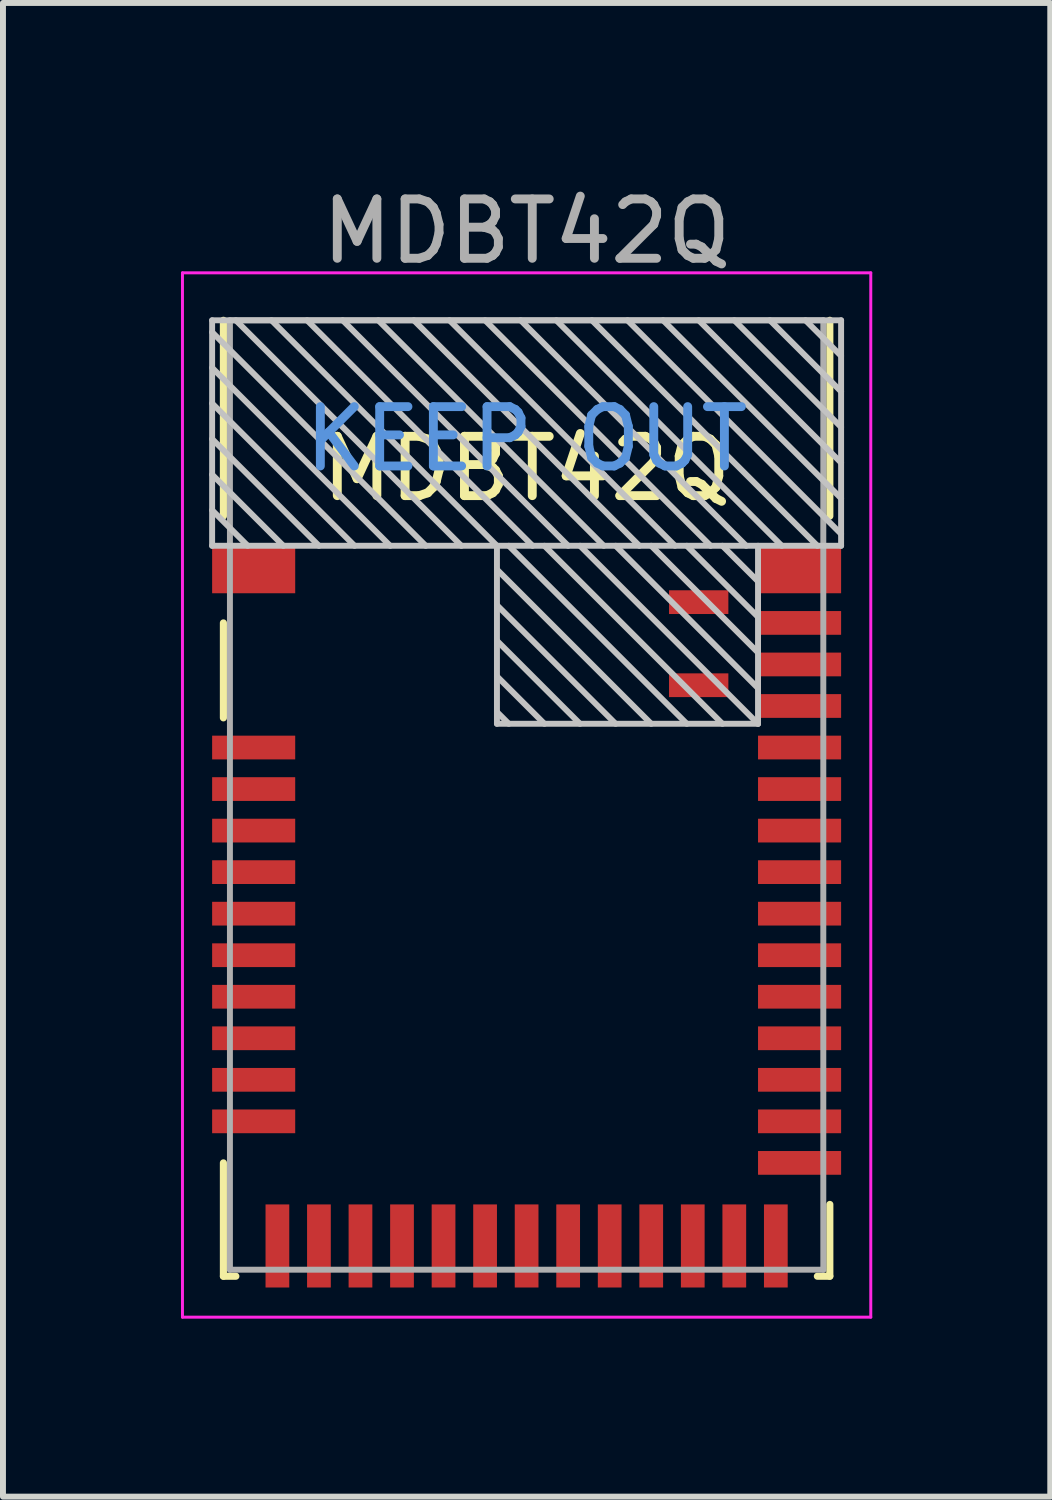
<source format=kicad_pcb>
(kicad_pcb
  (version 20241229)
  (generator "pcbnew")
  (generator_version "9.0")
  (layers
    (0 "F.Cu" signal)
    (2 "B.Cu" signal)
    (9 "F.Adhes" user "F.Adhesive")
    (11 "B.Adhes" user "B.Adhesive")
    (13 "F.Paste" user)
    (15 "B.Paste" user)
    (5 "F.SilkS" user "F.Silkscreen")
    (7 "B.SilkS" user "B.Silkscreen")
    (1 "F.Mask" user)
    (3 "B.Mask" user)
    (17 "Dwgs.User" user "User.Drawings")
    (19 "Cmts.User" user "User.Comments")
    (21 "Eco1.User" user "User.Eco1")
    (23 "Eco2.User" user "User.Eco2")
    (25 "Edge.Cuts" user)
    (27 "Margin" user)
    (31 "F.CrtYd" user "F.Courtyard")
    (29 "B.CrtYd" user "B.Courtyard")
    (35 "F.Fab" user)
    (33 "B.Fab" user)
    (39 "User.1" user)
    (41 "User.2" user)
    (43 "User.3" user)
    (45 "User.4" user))
  (footprint "MDBT42Q"
    (layer "F.Cu")
    (at 5.825 10.348)
    (property "Reference" "MDBT42Q" (at 0 -5.5 0) (layer "F.SilkS") (effects (font (size 1 1) (thickness 0.15))))
    (attr smd)
    (fp_line (start -5.11 -4.7) (end -5.11 -8) (stroke (width 0.12) (type solid)) (layer "F.SilkS"))
    (fp_line (start -5.11 -1.3) (end -5.11 -2.9) (stroke (width 0.12) (type solid)) (layer "F.SilkS"))
    (fp_line (start -5.11 8.11) (end -5.11 6.2) (stroke (width 0.12) (type solid)) (layer "F.SilkS"))
    (fp_line (start -5.11 8.11) (end -4.9 8.11) (stroke (width 0.12) (type solid)) (layer "F.SilkS"))
    (fp_line (start 4.9 8.11) (end 5.11 8.11) (stroke (width 0.12) (type solid)) (layer "F.SilkS"))
    (fp_line (start 5.11 -4.7) (end 5.11 -8) (stroke (width 0.12) (type solid)) (layer "F.SilkS"))
    (fp_line (start 5.11 8.11) (end 5.11 6.9) (stroke (width 0.12) (type solid)) (layer "F.SilkS"))
    (fp_line (start -5.3 -8) (end 5.3 -8) (stroke (width 0.1) (type solid)) (layer "Dwgs.User"))
    (fp_line (start -5.3 -7.8) (end -1.7 -4.2) (stroke (width 0.1) (type solid)) (layer "Dwgs.User"))
    (fp_line (start -5.3 -7.2) (end -2.3 -4.2) (stroke (width 0.1) (type solid)) (layer "Dwgs.User"))
    (fp_line (start -5.3 -6.6) (end -2.9 -4.2) (stroke (width 0.1) (type solid)) (layer "Dwgs.User"))
    (fp_line (start -5.3 -6) (end -3.5 -4.2) (stroke (width 0.1) (type solid)) (layer "Dwgs.User"))
    (fp_line (start -5.3 -5.4) (end -4.1 -4.2) (stroke (width 0.1) (type solid)) (layer "Dwgs.User"))
    (fp_line (start -5.3 -4.8) (end -4.7 -4.2) (stroke (width 0.1) (type solid)) (layer "Dwgs.User"))
    (fp_line (start -5.3 -4.2) (end -5.3 -8) (stroke (width 0.1) (type solid)) (layer "Dwgs.User"))
    (fp_line (start -5.3 -4.2) (end 5.3 -4.2) (stroke (width 0.1) (type solid)) (layer "Dwgs.User"))
    (fp_line (start -4.9 -8) (end -1.1 -4.2) (stroke (width 0.1) (type solid)) (layer "Dwgs.User"))
    (fp_line (start -4.3 -8) (end -0.5 -4.2) (stroke (width 0.1) (type solid)) (layer "Dwgs.User"))
    (fp_line (start -3.7 -8) (end 0.1 -4.2) (stroke (width 0.1) (type solid)) (layer "Dwgs.User"))
    (fp_line (start -3.1 -8) (end 0.7 -4.2) (stroke (width 0.1) (type solid)) (layer "Dwgs.User"))
    (fp_line (start -2.5 -8) (end 1.3 -4.2) (stroke (width 0.1) (type solid)) (layer "Dwgs.User"))
    (fp_line (start -1.9 -8) (end 1.9 -4.2) (stroke (width 0.1) (type solid)) (layer "Dwgs.User"))
    (fp_line (start -1.3 -8) (end 2.5 -4.2) (stroke (width 0.1) (type solid)) (layer "Dwgs.User"))
    (fp_line (start -0.7 -8) (end 3.1 -4.2) (stroke (width 0.1) (type solid)) (layer "Dwgs.User"))
    (fp_line (start -0.5 -4.2) (end -0.5 -1.2) (stroke (width 0.1) (type solid)) (layer "Dwgs.User"))
    (fp_line (start -0.5 -3.8) (end 2.1 -1.2) (stroke (width 0.1) (type solid)) (layer "Dwgs.User"))
    (fp_line (start -0.5 -3.2) (end 1.5 -1.2) (stroke (width 0.1) (type solid)) (layer "Dwgs.User"))
    (fp_line (start -0.5 -2.6) (end 0.9 -1.2) (stroke (width 0.1) (type solid)) (layer "Dwgs.User"))
    (fp_line (start -0.5 -2) (end 0.3 -1.2) (stroke (width 0.1) (type solid)) (layer "Dwgs.User"))
    (fp_line (start -0.5 -1.4) (end -0.3 -1.2) (stroke (width 0.1) (type solid)) (layer "Dwgs.User"))
    (fp_line (start -0.3 -4.2) (end 2.7 -1.2) (stroke (width 0.1) (type solid)) (layer "Dwgs.User"))
    (fp_line (start -0.1 -8) (end 3.7 -4.2) (stroke (width 0.1) (type solid)) (layer "Dwgs.User"))
    (fp_line (start 0.3 -4.2) (end 3.3 -1.2) (stroke (width 0.1) (type solid)) (layer "Dwgs.User"))
    (fp_line (start 0.5 -8) (end 4.3 -4.2) (stroke (width 0.1) (type solid)) (layer "Dwgs.User"))
    (fp_line (start 0.9 -4.2) (end 3.9 -1.2) (stroke (width 0.1) (type solid)) (layer "Dwgs.User"))
    (fp_line (start 1.1 -8) (end 4.9 -4.2) (stroke (width 0.1) (type solid)) (layer "Dwgs.User"))
    (fp_line (start 1.5 -4.2) (end 3.9 -1.8) (stroke (width 0.1) (type solid)) (layer "Dwgs.User"))
    (fp_line (start 1.7 -8) (end 5.3 -4.4) (stroke (width 0.1) (type solid)) (layer "Dwgs.User"))
    (fp_line (start 2.1 -4.2) (end 3.9 -2.4) (stroke (width 0.1) (type solid)) (layer "Dwgs.User"))
    (fp_line (start 2.3 -8) (end 5.3 -5) (stroke (width 0.1) (type solid)) (layer "Dwgs.User"))
    (fp_line (start 2.7 -4.2) (end 3.9 -3) (stroke (width 0.1) (type solid)) (layer "Dwgs.User"))
    (fp_line (start 2.9 -8) (end 5.3 -5.6) (stroke (width 0.1) (type solid)) (layer "Dwgs.User"))
    (fp_line (start 3.3 -4.2) (end 3.9 -3.6) (stroke (width 0.1) (type solid)) (layer "Dwgs.User"))
    (fp_line (start 3.5 -8) (end 5.3 -6.2) (stroke (width 0.1) (type solid)) (layer "Dwgs.User"))
    (fp_line (start 3.9 -4.2) (end 3.9 -1.2) (stroke (width 0.1) (type solid)) (layer "Dwgs.User"))
    (fp_line (start 3.9 -1.2) (end -0.5 -1.2) (stroke (width 0.1) (type solid)) (layer "Dwgs.User"))
    (fp_line (start 4.1 -8) (end 5.3 -6.8) (stroke (width 0.1) (type solid)) (layer "Dwgs.User"))
    (fp_line (start 4.7 -8) (end 5.3 -7.4) (stroke (width 0.1) (type solid)) (layer "Dwgs.User"))
    (fp_line (start 5.3 -4.2) (end 5.3 -8) (stroke (width 0.1) (type solid)) (layer "Dwgs.User"))
    (fp_line (start -5.8 -8.8) (end 5.8 -8.8) (stroke (width 0.05) (type solid)) (layer "F.CrtYd"))
    (fp_line (start -5.8 8.8) (end -5.8 -8.8) (stroke (width 0.05) (type solid)) (layer "F.CrtYd"))
    (fp_line (start 5.8 -8.8) (end 5.8 8.8) (stroke (width 0.05) (type solid)) (layer "F.CrtYd"))
    (fp_line (start 5.8 8.8) (end -5.8 8.8) (stroke (width 0.05) (type solid)) (layer "F.CrtYd"))
    (fp_line (start -5 8) (end -5 -8) (stroke (width 0.1) (type solid)) (layer "F.Fab"))
    (fp_line (start 5 -8) (end -5 -8) (stroke (width 0.1) (type solid)) (layer "F.Fab"))
    (fp_line (start 5 -8) (end 5 8) (stroke (width 0.1) (type solid)) (layer "F.Fab"))
    (fp_line (start 5 8) (end -5 8) (stroke (width 0.1) (type solid)) (layer "F.Fab"))
    (fp_text user "KEEP OUT" (at 0 -6 0) (layer "Cmts.User") (effects (font (size 1 1) (thickness 0.15))))
    (fp_text user "${REFERENCE}" (at 0 -9.5 0) (layer "F.Fab") (effects (font (size 1 1) (thickness 0.15))))
    (pad "1" smd rect (at -4.6 -3.8) (size 1.4 0.8) (layers "F.Cu" "F.Mask" "F.Paste"))
    (pad "2" smd rect (at -4.6 -0.8) (size 1.4 0.4) (layers "F.Cu" "F.Mask" "F.Paste"))
    (pad "3" smd rect (at -4.6 -0.1) (size 1.4 0.4) (layers "F.Cu" "F.Mask" "F.Paste"))
    (pad "4" smd rect (at -4.6 0.6) (size 1.4 0.4) (layers "F.Cu" "F.Mask" "F.Paste"))
    (pad "5" smd rect (at -4.6 1.3) (size 1.4 0.4) (layers "F.Cu" "F.Mask" "F.Paste"))
    (pad "6" smd rect (at -4.6 2) (size 1.4 0.4) (layers "F.Cu" "F.Mask" "F.Paste"))
    (pad "7" smd rect (at -4.6 2.7) (size 1.4 0.4) (layers "F.Cu" "F.Mask" "F.Paste"))
    (pad "8" smd rect (at -4.6 3.4) (size 1.4 0.4) (layers "F.Cu" "F.Mask" "F.Paste"))
    (pad "9" smd rect (at -4.6 4.1) (size 1.4 0.4) (layers "F.Cu" "F.Mask" "F.Paste"))
    (pad "10" smd rect (at -4.6 4.8) (size 1.4 0.4) (layers "F.Cu" "F.Mask" "F.Paste"))
    (pad "11" smd rect (at -4.6 5.5) (size 1.4 0.4) (layers "F.Cu" "F.Mask" "F.Paste"))
    (pad "12" smd rect (at -4.2 7.6) (size 0.4 1.4) (layers "F.Cu" "F.Mask" "F.Paste"))
    (pad "13" smd rect (at -3.5 7.6) (size 0.4 1.4) (layers "F.Cu" "F.Mask" "F.Paste"))
    (pad "14" smd rect (at -2.8 7.6) (size 0.4 1.4) (layers "F.Cu" "F.Mask" "F.Paste"))
    (pad "15" smd rect (at -2.1 7.6) (size 0.4 1.4) (layers "F.Cu" "F.Mask" "F.Paste"))
    (pad "16" smd rect (at -1.4 7.6) (size 0.4 1.4) (layers "F.Cu" "F.Mask" "F.Paste"))
    (pad "17" smd rect (at -0.7 7.6) (size 0.4 1.4) (layers "F.Cu" "F.Mask" "F.Paste"))
    (pad "18" smd rect (at 0 7.6) (size 0.4 1.4) (layers "F.Cu" "F.Mask" "F.Paste"))
    (pad "19" smd rect (at 0.7 7.6) (size 0.4 1.4) (layers "F.Cu" "F.Mask" "F.Paste"))
    (pad "20" smd rect (at 1.4 7.6) (size 0.4 1.4) (layers "F.Cu" "F.Mask" "F.Paste"))
    (pad "21" smd rect (at 2.1 7.6) (size 0.4 1.4) (layers "F.Cu" "F.Mask" "F.Paste"))
    (pad "22" smd rect (at 2.8 7.6) (size 0.4 1.4) (layers "F.Cu" "F.Mask" "F.Paste"))
    (pad "23" smd rect (at 3.5 7.6) (size 0.4 1.4) (layers "F.Cu" "F.Mask" "F.Paste"))
    (pad "24" smd rect (at 4.2 7.6) (size 0.4 1.4) (layers "F.Cu" "F.Mask" "F.Paste"))
    (pad "25" smd rect (at 4.6 6.2) (size 1.4 0.4) (layers "F.Cu" "F.Mask" "F.Paste"))
    (pad "26" smd rect (at 4.6 5.5) (size 1.4 0.4) (layers "F.Cu" "F.Mask" "F.Paste"))
    (pad "27" smd rect (at 4.6 4.8) (size 1.4 0.4) (layers "F.Cu" "F.Mask" "F.Paste"))
    (pad "28" smd rect (at 4.6 4.1) (size 1.4 0.4) (layers "F.Cu" "F.Mask" "F.Paste"))
    (pad "29" smd rect (at 4.6 3.4) (size 1.4 0.4) (layers "F.Cu" "F.Mask" "F.Paste"))
    (pad "30" smd rect (at 4.6 2.7) (size 1.4 0.4) (layers "F.Cu" "F.Mask" "F.Paste"))
    (pad "31" smd rect (at 4.6 2) (size 1.4 0.4) (layers "F.Cu" "F.Mask" "F.Paste"))
    (pad "32" smd rect (at 4.6 1.3) (size 1.4 0.4) (layers "F.Cu" "F.Mask" "F.Paste"))
    (pad "33" smd rect (at 4.6 0.6) (size 1.4 0.4) (layers "F.Cu" "F.Mask" "F.Paste"))
    (pad "34" smd rect (at 4.6 -0.1) (size 1.4 0.4) (layers "F.Cu" "F.Mask" "F.Paste"))
    (pad "35" smd rect (at 4.6 -0.8) (size 1.4 0.4) (layers "F.Cu" "F.Mask" "F.Paste"))
    (pad "36" smd rect (at 4.6 -1.5) (size 1.4 0.4) (layers "F.Cu" "F.Mask" "F.Paste"))
    (pad "37" smd rect (at 4.6 -2.2) (size 1.4 0.4) (layers "F.Cu" "F.Mask" "F.Paste"))
    (pad "38" smd rect (at 4.6 -2.9) (size 1.4 0.4) (layers "F.Cu" "F.Mask" "F.Paste"))
    (pad "39" smd rect (at 4.6 -3.8) (size 1.4 0.8) (layers "F.Cu" "F.Mask" "F.Paste"))
    (pad "40" smd rect (at 2.9 -3.25) (size 1 0.4) (layers "F.Cu" "F.Mask" "F.Paste"))
    (pad "41" smd rect (at 2.9 -1.85) (size 1 0.4) (layers "F.Cu" "F.Mask" "F.Paste")))
  (gr_rect
    (start -3 -3)
    (end 14.65 22.173)
    (stroke (width 0.1) (type default))
    (fill no)
    (layer "Edge.Cuts")))
</source>
